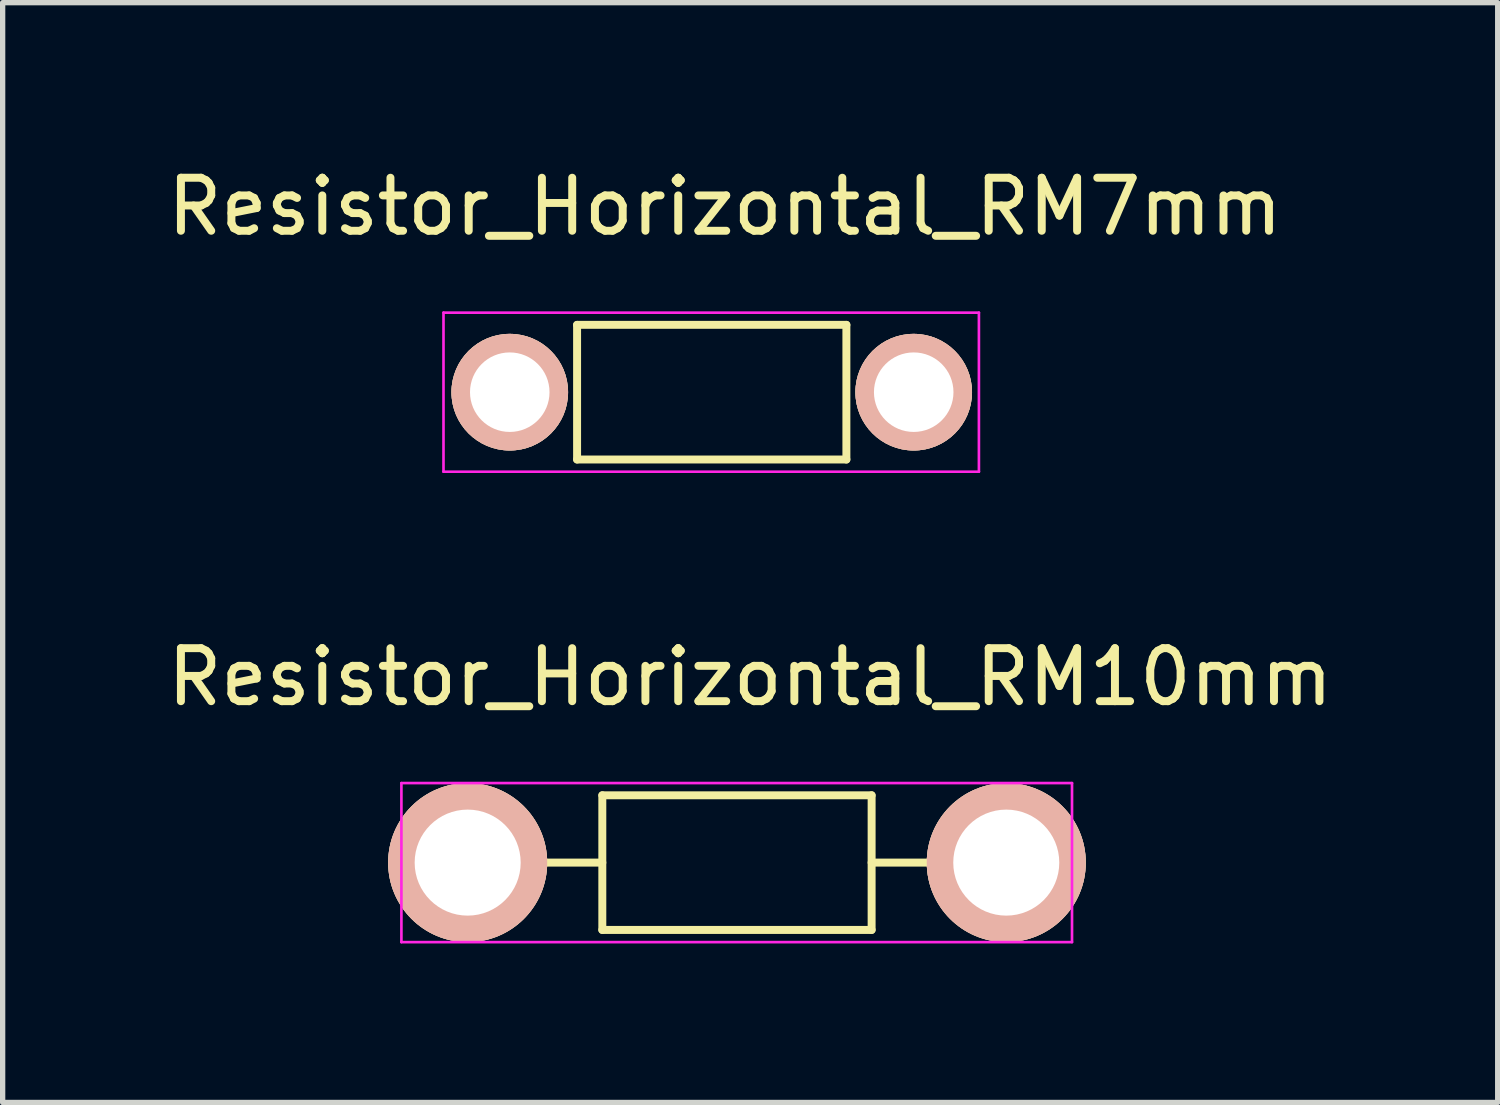
<source format=kicad_pcb>
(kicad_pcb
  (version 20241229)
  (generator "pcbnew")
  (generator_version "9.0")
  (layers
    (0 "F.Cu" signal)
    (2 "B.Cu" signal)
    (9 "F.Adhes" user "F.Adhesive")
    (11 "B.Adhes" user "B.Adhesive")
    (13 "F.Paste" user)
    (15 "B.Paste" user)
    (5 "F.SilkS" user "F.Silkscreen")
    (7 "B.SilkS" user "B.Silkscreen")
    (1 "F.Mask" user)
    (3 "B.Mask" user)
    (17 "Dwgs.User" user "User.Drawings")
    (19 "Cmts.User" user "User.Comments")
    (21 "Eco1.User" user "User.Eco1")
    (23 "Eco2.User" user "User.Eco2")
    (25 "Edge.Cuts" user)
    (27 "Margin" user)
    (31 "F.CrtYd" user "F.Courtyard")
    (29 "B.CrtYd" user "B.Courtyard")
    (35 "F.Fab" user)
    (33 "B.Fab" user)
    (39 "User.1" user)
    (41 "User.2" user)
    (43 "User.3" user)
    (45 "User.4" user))
  (footprint "Resistor_Horizontal_RM10mm"
    (layer "F.Cu")
    (at 5.772 13.222)
    (property "Reference" "Resistor_Horizontal_RM10mm" (at 5.329 -3.5 0) (layer "F.SilkS") (effects (font (size 1 1) (thickness 0.15))))
    (attr through_hole)
    (fp_line (start 2.54 -1.27) (end 7.62 -1.27) (stroke (width 0.15) (type solid)) (layer "F.SilkS"))
    (fp_line (start 2.54 0) (end 1.27 0) (stroke (width 0.15) (type solid)) (layer "F.SilkS"))
    (fp_line (start 2.54 1.27) (end 2.54 -1.27) (stroke (width 0.15) (type solid)) (layer "F.SilkS"))
    (fp_line (start 7.62 -1.27) (end 7.62 1.27) (stroke (width 0.15) (type solid)) (layer "F.SilkS"))
    (fp_line (start 7.62 0) (end 8.89 0) (stroke (width 0.15) (type solid)) (layer "F.SilkS"))
    (fp_line (start 7.62 1.27) (end 2.54 1.27) (stroke (width 0.15) (type solid)) (layer "F.SilkS"))
    (fp_line (start -1.25 -1.5) (end 11.4 -1.5) (stroke (width 0.05) (type solid)) (layer "F.CrtYd"))
    (fp_line (start -1.25 1.5) (end -1.25 -1.5) (stroke (width 0.05) (type solid)) (layer "F.CrtYd"))
    (fp_line (start -1.25 1.5) (end 11.4 1.5) (stroke (width 0.05) (type solid)) (layer "F.CrtYd"))
    (fp_line (start 11.4 -1.5) (end 11.4 1.5) (stroke (width 0.05) (type solid)) (layer "F.CrtYd"))
    (pad "1" thru_hole circle (at 0 0) (size 3 3) (drill 2) (layers "*.Cu" "*.SilkS" "*.Mask"))
    (pad "2" thru_hole circle (at 10.16 0) (size 3 3) (drill 2) (layers "*.Cu" "*.SilkS" "*.Mask")))
  (footprint "Resistor_Horizontal_RM7mm"
    (layer "F.Cu")
    (at 6.566 4.348)
    (property "Reference" "Resistor_Horizontal_RM7mm" (at 4.059 -3.5 0) (layer "F.SilkS") (effects (font (size 1 1) (thickness 0.15))))
    (attr through_hole)
    (fp_line (start 1.27 -1.27) (end 6.35 -1.27) (stroke (width 0.15) (type solid)) (layer "F.SilkS"))
    (fp_line (start 1.27 1.27) (end 1.27 -1.27) (stroke (width 0.15) (type solid)) (layer "F.SilkS"))
    (fp_line (start 6.35 -1.27) (end 6.35 1.27) (stroke (width 0.15) (type solid)) (layer "F.SilkS"))
    (fp_line (start 6.35 1.27) (end 1.27 1.27) (stroke (width 0.15) (type solid)) (layer "F.SilkS"))
    (fp_line (start -1.25 -1.5) (end 8.85 -1.5) (stroke (width 0.05) (type solid)) (layer "F.CrtYd"))
    (fp_line (start -1.25 1.5) (end -1.25 -1.5) (stroke (width 0.05) (type solid)) (layer "F.CrtYd"))
    (fp_line (start -1.25 1.5) (end 8.85 1.5) (stroke (width 0.05) (type solid)) (layer "F.CrtYd"))
    (fp_line (start 8.85 -1.5) (end 8.85 1.5) (stroke (width 0.05) (type solid)) (layer "F.CrtYd"))
    (pad "1" thru_hole circle (at 0 0) (size 2.2 2.2) (drill 1.5) (layers "*.Cu" "*.SilkS" "*.Mask"))
    (pad "2" thru_hole circle (at 7.62 0) (size 2.2 2.2) (drill 1.5) (layers "*.Cu" "*.SilkS" "*.Mask")))
  (gr_rect
    (start -3 -3)
    (end 25.202 17.747)
    (stroke (width 0.1) (type default))
    (fill no)
    (layer "Edge.Cuts")))
</source>
